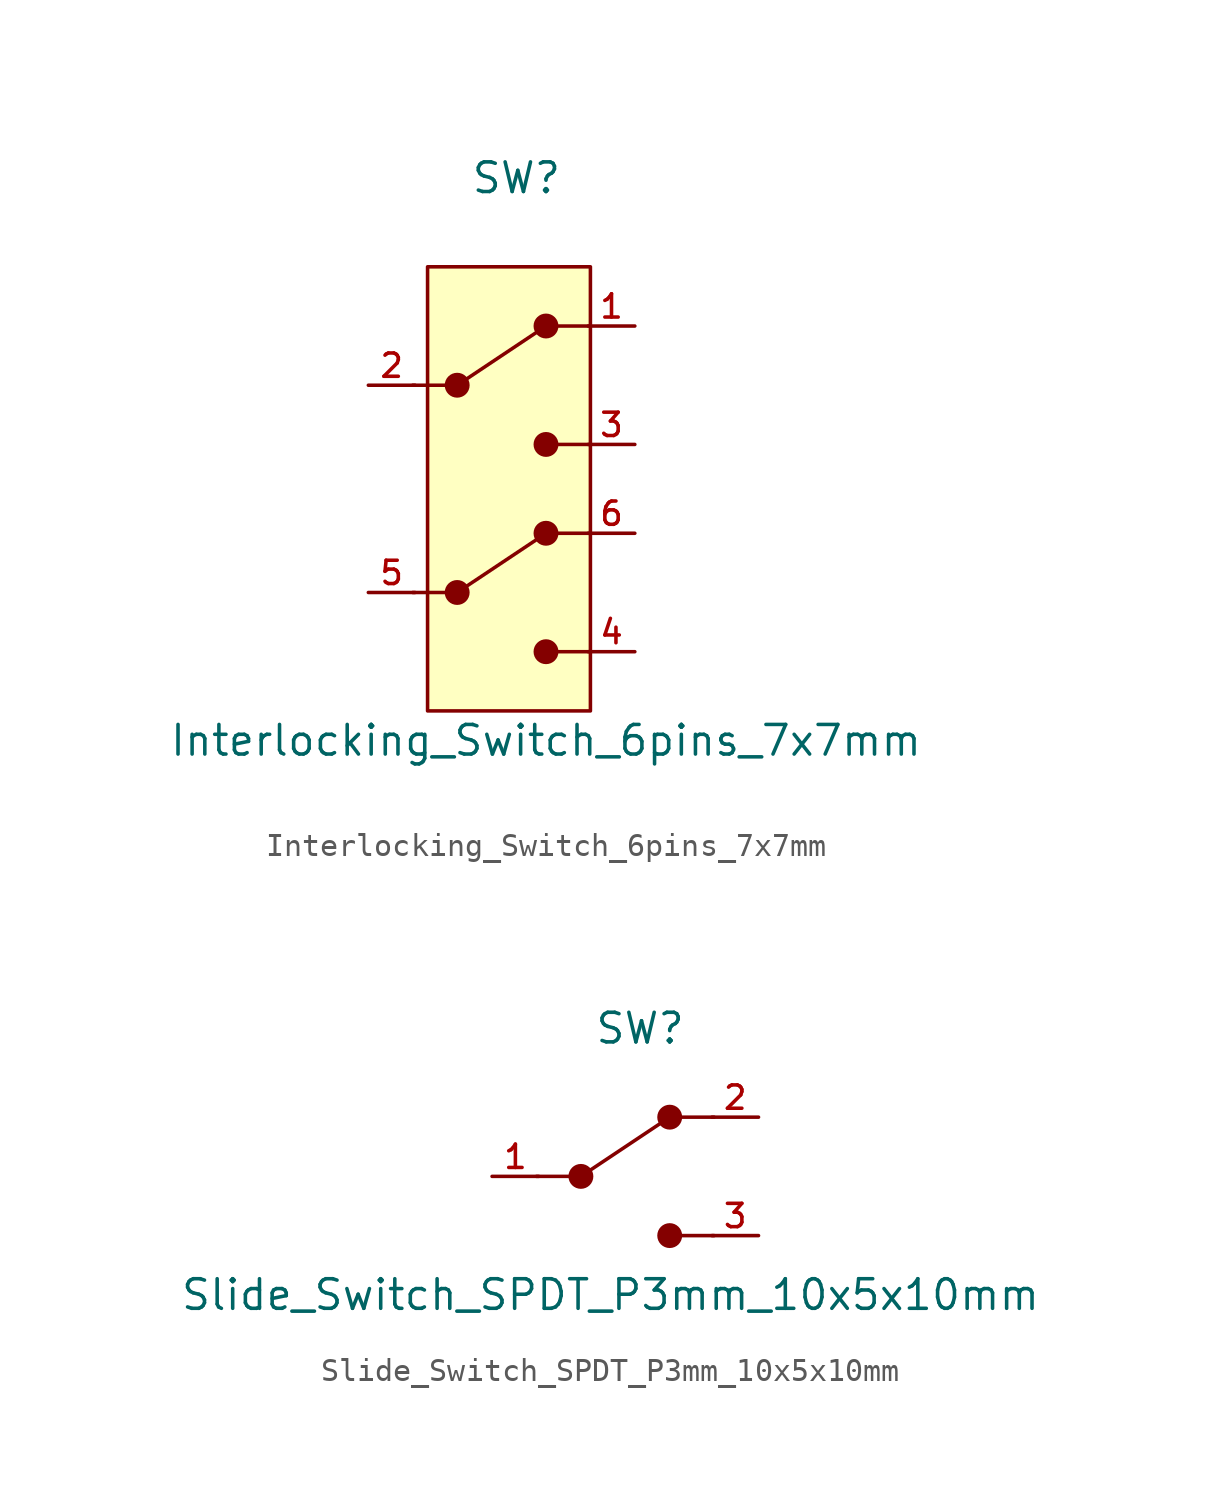
<source format=kicad_sym>
(kicad_symbol_lib
  (version 20220914)
  (generator kicad_symbol_editor)
  (symbol "Interlocking_Switch_6pins_7x7mm"
    (property "Reference" "SW"
      (at 0 13.97 0)
      (effects (font (size 1.27 1.27))))
    (property "Value" "Interlocking_Switch_6pins_7x7mm"
      (at 1.27 -10.16 0)
      (effects (font (size 1.27 1.27))))
    (symbol "Interlocking_Switch_6pins_7x7mm_0_1"
      (rectangle (start -3.81 10.16) (end 3.175 -8.89) (stroke (width 0) (type default)) (fill (type background)))
      (circle (center -2.54 -3.81) (radius 0.458) (stroke (width 0) (type default)) (fill (type outline)))
      (circle (center -2.54 5.08) (radius 0.458) (stroke (width 0) (type default)) (fill (type outline)))
      (polyline (pts (xy -4.445 -3.81) (xy -3.048 -3.81)) (stroke (width 0) (type default)) (fill (type none)))
      (polyline (pts (xy -4.445 5.08) (xy -3.048 5.08)) (stroke (width 0) (type default)) (fill (type none)))
      (polyline (pts (xy -2.54 -3.81) (xy 1.27 -1.27)) (stroke (width 0) (type default)) (fill (type none)))
      (polyline (pts (xy -2.54 5.08) (xy 1.27 7.62)) (stroke (width 0) (type default)) (fill (type none)))
      (polyline (pts (xy 1.778 -6.35) (xy 3.175 -6.35)) (stroke (width 0) (type default)) (fill (type none)))
      (polyline (pts (xy 1.778 -1.27) (xy 3.175 -1.27)) (stroke (width 0) (type default)) (fill (type none)))
      (polyline (pts (xy 1.778 2.54) (xy 3.175 2.54)) (stroke (width 0) (type default)) (fill (type none)))
      (polyline (pts (xy 1.778 7.62) (xy 3.175 7.62)) (stroke (width 0) (type default)) (fill (type none)))
      (circle (center 1.27 -6.35) (radius 0.458) (stroke (width 0) (type default)) (fill (type outline)))
      (circle (center 1.27 -1.27) (radius 0.458) (stroke (width 0) (type default)) (fill (type outline)))
      (circle (center 1.27 2.54) (radius 0.458) (stroke (width 0) (type default)) (fill (type outline)))
      (circle (center 1.27 7.62) (radius 0.458) (stroke (width 0) (type default)) (fill (type outline))))
    (symbol "Interlocking_Switch_6pins_7x7mm_1_1"
      (pin passive line (at 5.08 7.62 180) (length 2) (name "" (effects (font (size 1.27 1.27)))) (number "1" (effects (font (size 1 1)))))
      (pin passive line (at -6.35 5.08 0) (length 2) (name "" (effects (font (size 1.27 1.27)))) (number "2" (effects (font (size 1 1)))))
      (pin passive line (at 5.08 2.54 180) (length 2) (name "" (effects (font (size 1.27 1.27)))) (number "3" (effects (font (size 1 1)))))
      (pin passive line (at 5.08 -6.35 180) (length 2) (name "" (effects (font (size 1.27 1.27)))) (number "4" (effects (font (size 1 1)))))
      (pin passive line (at -6.35 -3.81 0) (length 2) (name "" (effects (font (size 1.27 1.27)))) (number "5" (effects (font (size 1 1)))))
      (pin passive line (at 5.08 -1.27 180) (length 2) (name "" (effects (font (size 1.27 1.27)))) (number "6" (effects (font (size 1 1)))))))
  (symbol "Slide_Switch_SPDT_P3mm_10x5x10mm"
    (property "Reference" "SW"
      (at 0 6.35 0)
      (effects (font (size 1.27 1.27))))
    (property "Value" "Slide_Switch_SPDT_P3mm_10x5x10mm"
      (at -1.27 -5.08 0)
      (effects (font (size 1.27 1.27))))
    (symbol "Slide_Switch_SPDT_P3mm_10x5x10mm_0_1"
      (circle (center -2.54 0) (radius 0.458) (stroke (width 0) (type default)) (fill (type outline)))
      (polyline (pts (xy -4.445 0) (xy -3.048 0)) (stroke (width 0) (type default)) (fill (type none)))
      (polyline (pts (xy -2.54 0) (xy 1.27 2.54)) (stroke (width 0) (type default)) (fill (type none)))
      (polyline (pts (xy 1.778 -2.54) (xy 3.175 -2.54)) (stroke (width 0) (type default)) (fill (type none)))
      (polyline (pts (xy 1.778 2.54) (xy 3.175 2.54)) (stroke (width 0) (type default)) (fill (type none)))
      (circle (center 1.27 -2.54) (radius 0.458) (stroke (width 0) (type default)) (fill (type outline)))
      (circle (center 1.27 2.54) (radius 0.458) (stroke (width 0) (type default)) (fill (type outline))))
    (symbol "Slide_Switch_SPDT_P3mm_10x5x10mm_1_1"
      (pin passive line (at -6.35 0 0) (length 2) (name "" (effects (font (size 1.27 1.27)))) (number "1" (effects (font (size 1 1)))))
      (pin passive line (at 5.08 2.54 180) (length 2) (name "" (effects (font (size 1.27 1.27)))) (number "2" (effects (font (size 1 1)))))
      (pin passive line (at 5.08 -2.54 180) (length 2) (name "" (effects (font (size 1.27 1.27)))) (number "3" (effects (font (size 1 1))))))))
</source>
